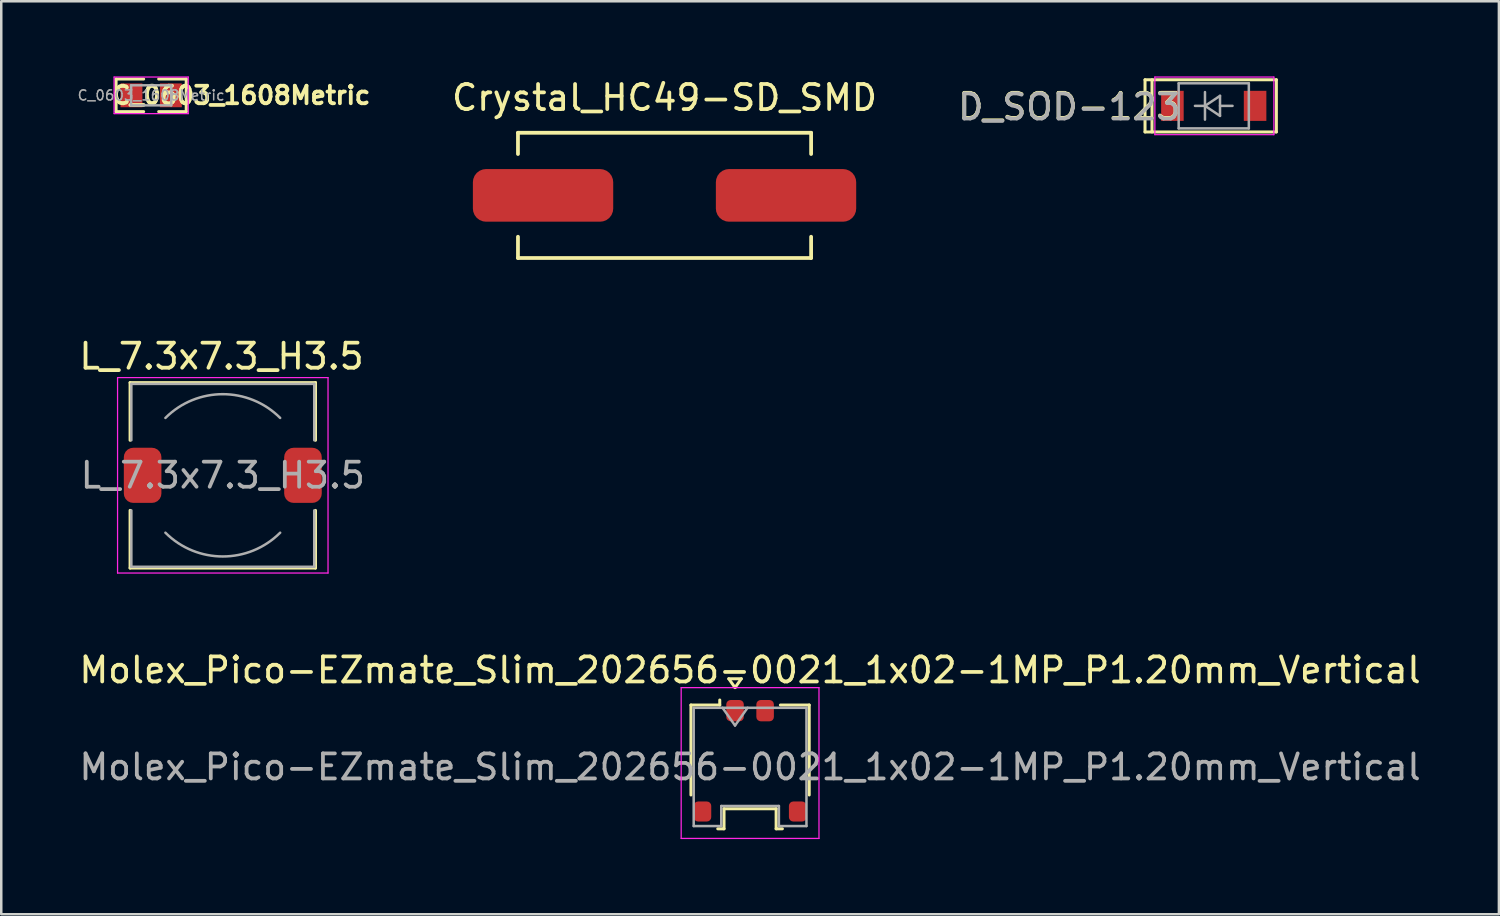
<source format=kicad_pcb>
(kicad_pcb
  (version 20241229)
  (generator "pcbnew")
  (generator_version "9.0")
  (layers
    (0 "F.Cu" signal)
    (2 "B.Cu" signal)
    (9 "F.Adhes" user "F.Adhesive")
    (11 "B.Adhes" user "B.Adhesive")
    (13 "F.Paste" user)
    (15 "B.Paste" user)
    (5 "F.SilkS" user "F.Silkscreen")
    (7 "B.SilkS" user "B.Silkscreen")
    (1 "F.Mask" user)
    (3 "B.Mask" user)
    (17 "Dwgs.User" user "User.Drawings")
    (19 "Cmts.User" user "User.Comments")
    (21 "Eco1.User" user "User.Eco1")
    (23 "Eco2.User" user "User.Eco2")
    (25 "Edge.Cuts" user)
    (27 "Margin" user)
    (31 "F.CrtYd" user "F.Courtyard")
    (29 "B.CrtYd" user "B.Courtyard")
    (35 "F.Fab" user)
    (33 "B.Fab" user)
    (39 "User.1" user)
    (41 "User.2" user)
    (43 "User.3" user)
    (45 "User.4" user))
  (footprint "Crystal_HC49-SD_SMD"
    (layer "F.Cu")
    (at 23.473 4.748)
    (property "Reference" "Crystal_HC49-SD_SMD" (at 0 -3.9 0) (layer "F.SilkS") (effects (font (size 1 1) (thickness 0.15))))
    (attr smd)
    (fp_line (start -5.85 -2.499) (end -5.85 -1.651) (stroke (width 0.15) (type solid)) (layer "F.SilkS"))
    (fp_line (start -5.85 2.499) (end -5.85 1.651) (stroke (width 0.15) (type solid)) (layer "F.SilkS"))
    (fp_line (start -5.85 2.499) (end 5.85 2.499) (stroke (width 0.15) (type solid)) (layer "F.SilkS"))
    (fp_line (start 5.85 -2.499) (end -5.85 -2.499) (stroke (width 0.15) (type solid)) (layer "F.SilkS"))
    (fp_line (start 5.85 -2.499) (end 5.85 -1.651) (stroke (width 0.15) (type solid)) (layer "F.SilkS"))
    (fp_line (start 5.85 2.499) (end 5.85 1.651) (stroke (width 0.15) (type solid)) (layer "F.SilkS"))
    (pad "1" smd roundrect (at -4.849 0) (size 5.601 2.101) (layers "F.Cu" "F.Mask" "F.Paste") (roundrect_rratio 0.25))
    (pad "2" smd roundrect (at 4.849 0) (size 5.601 2.101) (layers "F.Cu" "F.Mask" "F.Paste") (roundrect_rratio 0.25)))
  (footprint "L_7.3x7.3_H3.5"
    (layer "F.Cu")
    (at 5.842 15.921)
    (property "Reference" "L_7.3x7.3_H3.5" (at -0.05 -4.75 180) (layer "F.SilkS") (effects (font (size 1 1) (thickness 0.15))))
    (attr smd)
    (fp_line (start -3.7 -3.7) (end 3.7 -3.7) (stroke (width 0.12) (type solid)) (layer "F.SilkS"))
    (fp_line (start -3.7 -1.4) (end -3.7 -3.7) (stroke (width 0.12) (type solid)) (layer "F.SilkS"))
    (fp_line (start -3.7 3.7) (end -3.7 1.4) (stroke (width 0.12) (type solid)) (layer "F.SilkS"))
    (fp_line (start 3.7 -3.7) (end 3.7 -1.4) (stroke (width 0.12) (type solid)) (layer "F.SilkS"))
    (fp_line (start 3.7 1.4) (end 3.7 3.7) (stroke (width 0.12) (type solid)) (layer "F.SilkS"))
    (fp_line (start 3.7 3.7) (end -3.7 3.7) (stroke (width 0.12) (type solid)) (layer "F.SilkS"))
    (fp_line (start -4.2 -3.9) (end -4.2 3.9) (stroke (width 0.05) (type solid)) (layer "F.CrtYd"))
    (fp_line (start -4.2 3.9) (end 4.2 3.9) (stroke (width 0.05) (type solid)) (layer "F.CrtYd"))
    (fp_line (start 4.2 -3.9) (end -4.2 -3.9) (stroke (width 0.05) (type solid)) (layer "F.CrtYd"))
    (fp_line (start 4.2 3.9) (end 4.2 -3.9) (stroke (width 0.05) (type solid)) (layer "F.CrtYd"))
    (fp_line (start -3.65 -3.65) (end -3.65 -1.4) (stroke (width 0.1) (type solid)) (layer "F.Fab"))
    (fp_line (start -3.65 -3.65) (end 3.65 -3.65) (stroke (width 0.1) (type solid)) (layer "F.Fab"))
    (fp_line (start -3.65 3.65) (end -3.65 1.4) (stroke (width 0.1) (type solid)) (layer "F.Fab"))
    (fp_line (start 3.65 -3.65) (end 3.65 -1.4) (stroke (width 0.1) (type solid)) (layer "F.Fab"))
    (fp_line (start 3.65 3.65) (end -3.65 3.65) (stroke (width 0.1) (type solid)) (layer "F.Fab"))
    (fp_line (start 3.65 3.65) (end 3.65 1.4) (stroke (width 0.1) (type solid)) (layer "F.Fab"))
    (fp_arc (start -2.29 -2.29) (mid 0 -3.238549) (end 2.29 -2.29) (stroke (width 0.1) (type solid)) (layer "F.Fab"))
    (fp_arc (start 2.29 2.29) (mid 0 3.238549) (end -2.29 2.29) (stroke (width 0.1) (type solid)) (layer "F.Fab"))
    (fp_text user "${REFERENCE}" (at 0 0 0) (layer "F.Fab") (effects (font (size 1 1) (thickness 0.15))))
    (pad "1" smd roundrect (at -3.2 0) (size 1.5 2.2) (layers "F.Cu" "F.Mask" "F.Paste") (roundrect_rratio 0.25))
    (pad "2" smd roundrect (at 3.2 0) (size 1.5 2.2) (layers "F.Cu" "F.Mask" "F.Paste") (roundrect_rratio 0.25)))
  (footprint "Molex_Pico-EZmate_Slim_202656-0021_1x02-1MP_P1.20mm_Vertical"
    (layer "F.Cu")
    (at 26.887 27.314)
    (property "Reference" "Molex_Pico-EZmate_Slim_202656-0021_1x02-1MP_P1.20mm_Vertical" (at 0 -3.62 0) (layer "F.SilkS") (effects (font (size 1 1) (thickness 0.15))))
    (attr smd)
    (fp_line (start -2.36 -2.225) (end -1.21 -2.225) (stroke (width 0.12) (type solid)) (layer "F.SilkS"))
    (fp_line (start -2.36 1.365) (end -2.36 -2.225) (stroke (width 0.12) (type solid)) (layer "F.SilkS"))
    (fp_line (start -1.29 2.715) (end -1.04 2.715) (stroke (width 0.12) (type solid)) (layer "F.SilkS"))
    (fp_line (start -1.21 -2.225) (end -1.21 -2.425) (stroke (width 0.12) (type solid)) (layer "F.SilkS"))
    (fp_line (start -1.04 1.915) (end 1.04 1.915) (stroke (width 0.12) (type solid)) (layer "F.SilkS"))
    (fp_line (start -1.04 2.715) (end -1.04 1.915) (stroke (width 0.12) (type solid)) (layer "F.SilkS"))
    (fp_line (start -0.85 -3.274) (end -0.6 -2.92) (stroke (width 0.12) (type solid)) (layer "F.SilkS"))
    (fp_line (start -0.6 -2.92) (end -0.35 -3.274) (stroke (width 0.12) (type solid)) (layer "F.SilkS"))
    (fp_line (start -0.35 -3.274) (end -0.85 -3.274) (stroke (width 0.12) (type solid)) (layer "F.SilkS"))
    (fp_line (start 1.04 1.915) (end 1.04 2.715) (stroke (width 0.12) (type solid)) (layer "F.SilkS"))
    (fp_line (start 1.04 2.715) (end 1.29 2.715) (stroke (width 0.12) (type solid)) (layer "F.SilkS"))
    (fp_line (start 2.36 -2.225) (end 1.21 -2.225) (stroke (width 0.12) (type solid)) (layer "F.SilkS"))
    (fp_line (start 2.36 1.365) (end 2.36 -2.225) (stroke (width 0.12) (type solid)) (layer "F.SilkS"))
    (fp_line (start -2.75 -2.92) (end -2.75 3.1) (stroke (width 0.05) (type solid)) (layer "F.CrtYd"))
    (fp_line (start -2.75 3.1) (end 2.75 3.1) (stroke (width 0.05) (type solid)) (layer "F.CrtYd"))
    (fp_line (start 2.75 -2.92) (end -2.75 -2.92) (stroke (width 0.05) (type solid)) (layer "F.CrtYd"))
    (fp_line (start 2.75 3.1) (end 2.75 -2.92) (stroke (width 0.05) (type solid)) (layer "F.CrtYd"))
    (fp_line (start -2.25 -2.115) (end -2.25 2.605) (stroke (width 0.1) (type solid)) (layer "F.Fab"))
    (fp_line (start -2.25 -2.115) (end 2.25 -2.115) (stroke (width 0.1) (type solid)) (layer "F.Fab"))
    (fp_line (start -2.25 2.605) (end -1.15 2.605) (stroke (width 0.1) (type solid)) (layer "F.Fab"))
    (fp_line (start -1.15 1.805) (end 1.15 1.805) (stroke (width 0.1) (type solid)) (layer "F.Fab"))
    (fp_line (start -1.15 2.605) (end -1.15 1.805) (stroke (width 0.1) (type solid)) (layer "F.Fab"))
    (fp_line (start -1.1 -2.115) (end -0.6 -1.408) (stroke (width 0.1) (type solid)) (layer "F.Fab"))
    (fp_line (start -0.6 -1.408) (end -0.1 -2.115) (stroke (width 0.1) (type solid)) (layer "F.Fab"))
    (fp_line (start 1.15 1.805) (end 1.15 2.605) (stroke (width 0.1) (type solid)) (layer "F.Fab"))
    (fp_line (start 1.15 2.605) (end 2.25 2.605) (stroke (width 0.1) (type solid)) (layer "F.Fab"))
    (fp_line (start 2.25 -2.115) (end 2.25 2.605) (stroke (width 0.1) (type solid)) (layer "F.Fab"))
    (fp_text user "${REFERENCE}" (at 0 0.25 0) (layer "F.Fab") (effects (font (size 1 1) (thickness 0.15))))
    (pad "1" smd roundrect (at -0.6 -2) (size 0.7 0.85) (layers "F.Cu" "F.Mask" "F.Paste") (roundrect_rratio 0.25))
    (pad "2" smd roundrect (at 0.6 -2) (size 0.7 0.85) (layers "F.Cu" "F.Mask" "F.Paste") (roundrect_rratio 0.25))
    (pad "MP" smd roundrect (at -1.9 2.025) (size 0.7 0.8) (layers "F.Cu" "F.Mask" "F.Paste") (roundrect_rratio 0.25))
    (pad "MP" smd roundrect (at 1.9 2.025) (size 0.7 0.8) (layers "F.Cu" "F.Mask" "F.Paste") (roundrect_rratio 0.25)))
  (footprint "D_SOD-123"
    (layer "F.Cu")
    (at 45.393 1.175)
    (property "Reference" "D_SOD-123" (at -5.766 0.025 0) (layer "F.SilkS") (effects (font (size 1 1) (thickness 0.15))))
    (attr smd)
    (fp_line (start -2.743 -1.041) (end 2.499 -1.041) (stroke (width 0.12) (type solid)) (layer "F.SilkS"))
    (fp_line (start -2.743 1.041) (end -2.743 -1.041) (stroke (width 0.12) (type solid)) (layer "F.SilkS"))
    (fp_line (start -2.743 1.041) (end 2.499 1.041) (stroke (width 0.12) (type solid)) (layer "F.SilkS"))
    (fp_line (start -2.464 -1.041) (end -2.464 1.041) (stroke (width 0.12) (type solid)) (layer "F.SilkS"))
    (fp_line (start 2.499 -1.041) (end 2.499 1.041) (stroke (width 0.12) (type solid)) (layer "F.SilkS"))
    (fp_line (start -2.35 -1.15) (end -2.35 1.15) (stroke (width 0.05) (type solid)) (layer "F.CrtYd"))
    (fp_line (start -2.35 -1.15) (end 2.4 -1.15) (stroke (width 0.05) (type solid)) (layer "F.CrtYd"))
    (fp_line (start 2.4 -1.15) (end 2.4 1.15) (stroke (width 0.05) (type solid)) (layer "F.CrtYd"))
    (fp_line (start 2.4 1.15) (end -2.35 1.15) (stroke (width 0.05) (type solid)) (layer "F.CrtYd"))
    (fp_line (start -1.4 -0.9) (end 1.4 -0.9) (stroke (width 0.1) (type solid)) (layer "F.Fab"))
    (fp_line (start -1.4 0.9) (end -1.4 -0.9) (stroke (width 0.1) (type solid)) (layer "F.Fab"))
    (fp_line (start -0.75 0) (end -0.35 0) (stroke (width 0.1) (type solid)) (layer "F.Fab"))
    (fp_line (start -0.35 0) (end -0.35 -0.55) (stroke (width 0.1) (type solid)) (layer "F.Fab"))
    (fp_line (start -0.35 0) (end -0.35 0.55) (stroke (width 0.1) (type solid)) (layer "F.Fab"))
    (fp_line (start -0.35 0) (end 0.25 -0.4) (stroke (width 0.1) (type solid)) (layer "F.Fab"))
    (fp_line (start 0.25 -0.4) (end 0.25 0.4) (stroke (width 0.1) (type solid)) (layer "F.Fab"))
    (fp_line (start 0.25 0) (end 0.75 0) (stroke (width 0.1) (type solid)) (layer "F.Fab"))
    (fp_line (start 0.25 0.4) (end -0.35 0) (stroke (width 0.1) (type solid)) (layer "F.Fab"))
    (fp_line (start 1.4 -0.9) (end 1.4 0.9) (stroke (width 0.1) (type solid)) (layer "F.Fab"))
    (fp_line (start 1.4 0.9) (end -1.4 0.9) (stroke (width 0.1) (type solid)) (layer "F.Fab"))
    (fp_text user "${REFERENCE}" (at -5.766 0.051 0) (layer "F.Fab") (effects (font (size 1 1) (thickness 0.15))))
    (pad "1" smd rect (at -1.65 0) (size 0.9 1.2) (layers "F.Cu" "F.Mask" "F.Paste"))
    (pad "2" smd rect (at 1.65 0) (size 0.9 1.2) (layers "F.Cu" "F.Mask" "F.Paste")))
  (footprint "C_0603_1608Metric"
    (layer "F.Cu")
    (at 2.983 0.755)
    (property "Reference" "C_0603_1608Metric" (at 3.6 0 0) (layer "F.SilkS") (effects (font (size 0.7 0.7) (thickness 0.15))))
    (attr smd)
    (fp_line (start -1.4 -0.65) (end -1.4 0.65) (stroke (width 0.12) (type solid)) (layer "F.SilkS"))
    (fp_line (start -1.4 -0.65) (end -0.3 -0.65) (stroke (width 0.12) (type solid)) (layer "F.SilkS"))
    (fp_line (start -1.4 0.65) (end -0.3 0.65) (stroke (width 0.12) (type solid)) (layer "F.SilkS"))
    (fp_line (start 0.3 -0.65) (end 1.4 -0.65) (stroke (width 0.12) (type solid)) (layer "F.SilkS"))
    (fp_line (start 0.3 0.65) (end 1.4 0.65) (stroke (width 0.12) (type solid)) (layer "F.SilkS"))
    (fp_line (start 1.4 -0.65) (end 1.4 0.65) (stroke (width 0.12) (type solid)) (layer "F.SilkS"))
    (fp_line (start -1.48 -0.73) (end 1.48 -0.73) (stroke (width 0.05) (type solid)) (layer "F.CrtYd"))
    (fp_line (start -1.48 0.73) (end -1.48 -0.73) (stroke (width 0.05) (type solid)) (layer "F.CrtYd"))
    (fp_line (start 1.48 -0.73) (end 1.48 0.73) (stroke (width 0.05) (type solid)) (layer "F.CrtYd"))
    (fp_line (start 1.48 0.73) (end -1.48 0.73) (stroke (width 0.05) (type solid)) (layer "F.CrtYd"))
    (fp_line (start -0.8 -0.4) (end 0.8 -0.4) (stroke (width 0.1) (type solid)) (layer "F.Fab"))
    (fp_line (start -0.8 0.4) (end -0.8 -0.4) (stroke (width 0.1) (type solid)) (layer "F.Fab"))
    (fp_line (start 0.8 -0.4) (end 0.8 0.4) (stroke (width 0.1) (type solid)) (layer "F.Fab"))
    (fp_line (start 0.8 0.4) (end -0.8 0.4) (stroke (width 0.1) (type solid)) (layer "F.Fab"))
    (fp_text user "${REFERENCE}" (at 0 0 0) (layer "F.Fab") (effects (font (size 0.4 0.4) (thickness 0.06))))
    (pad "1" smd rect (at -0.787 0) (size 0.875 0.95) (layers "F.Cu" "F.Mask" "F.Paste"))
    (pad "2" smd rect (at 0.787 0) (size 0.875 0.95) (layers "F.Cu" "F.Mask" "F.Paste")))
  (gr_rect
    (start -3 -3)
    (end 56.774 33.439)
    (stroke (width 0.1) (type default))
    (fill no)
    (layer "Edge.Cuts")))
</source>
